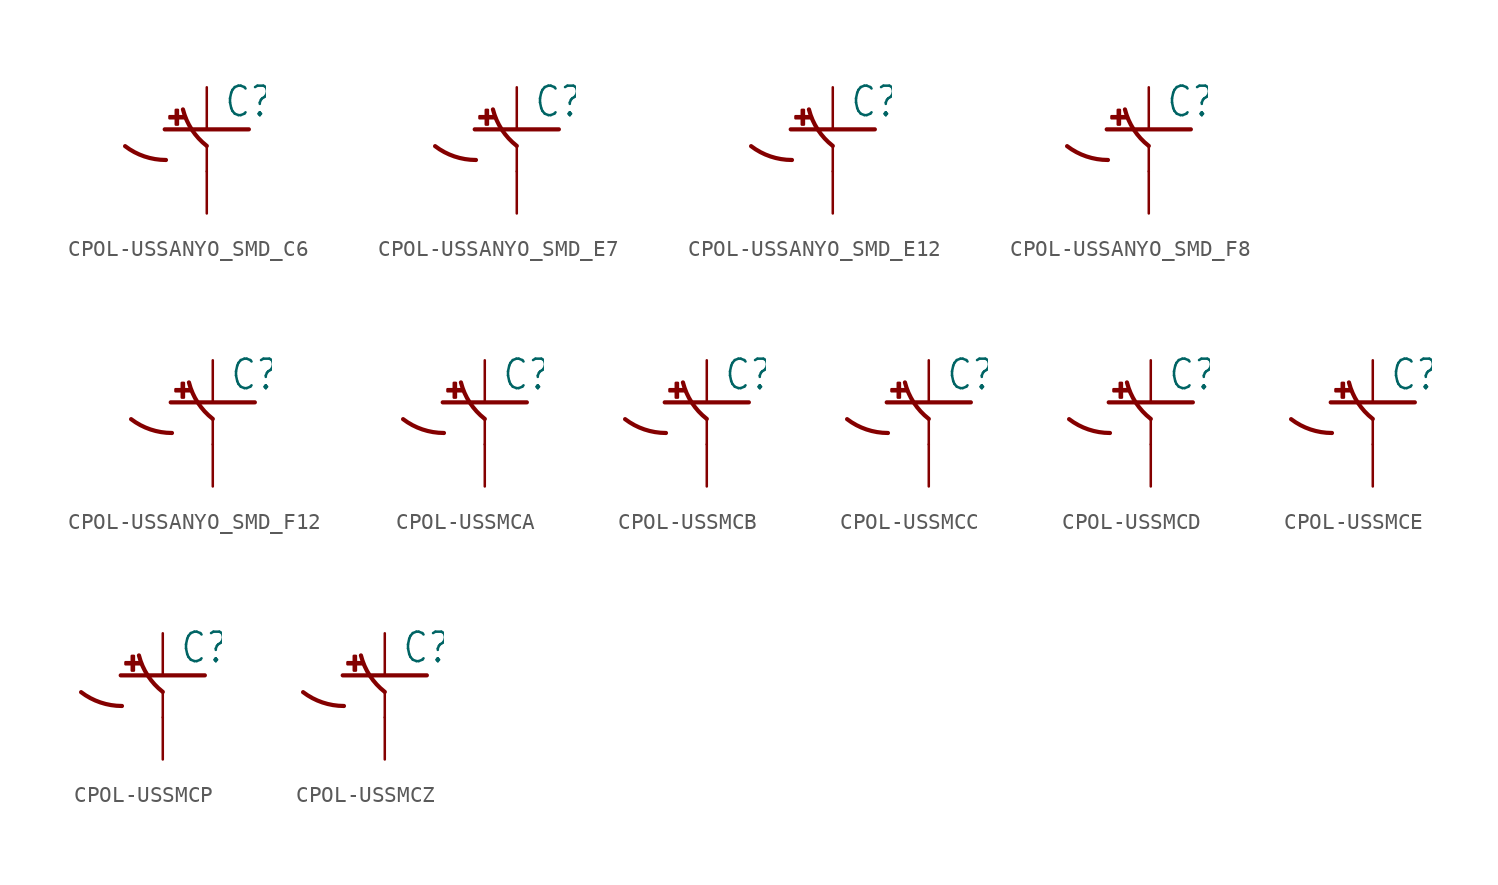
<source format=kicad_sym>
(kicad_symbol_lib
  (version 20241209)
  (generator "kicad_symbol_editor")
  (generator_version "9.0")
  (symbol "CPOL-USSANYO_SMD_C6"
    (property "Reference" "C"
      (at 1.016 0.635 0)
      (effects (font (size 1.778 1.511)) (justify left bottom)))
    (property "Value" ""
      (at 1.016 -4.191 0)
      (effects (font (size 1.778 1.511)) (justify left bottom)))
    (property "ki_locked" ""
      (at 0 0 0)
      (effects (font (size 1.27 1.27))))
    (symbol "CPOL-USSANYO_SMD_C6_1_0"
      (polyline (pts (xy -2.54 0) (xy 2.54 0)) (stroke (width 0.254) (type solid)) (fill (type none)))
      (arc (start -2.4669 -1.8504) (mid -3.7689 -1.6361) (end -4.9337 -1.0159) (stroke (width 0.254) (type solid)) (fill (type none)))
      (rectangle (start -2.253 0.668) (end -1.364 0.795) (stroke (width 0) (type default)) (fill (type outline)))
      (rectangle (start -1.872 0.287) (end -1.745 1.176) (stroke (width 0) (type default)) (fill (type outline)))
      (polyline (pts (xy 0 -1.016) (xy 0 -2.54)) (stroke (width 0.152) (type solid)) (fill (type none)))
      (arc (start 0 -1) (mid -0.9038 -0.0189) (end -1.4403 1.2025) (stroke (width 0.254) (type solid)) (fill (type none)))
      (pin passive line (at 0 2.54 270) (length 2.54) (name "+" (effects (font (size 0 0)))) (number "+" (effects (font (size 0 0)))))
      (pin passive line (at 0 -5.08 90) (length 2.54) (name "-" (effects (font (size 0 0)))) (number "-" (effects (font (size 0 0)))))))
  (symbol "CPOL-USSANYO_SMD_E7"
    (property "Reference" "C"
      (at 1.016 0.635 0)
      (effects (font (size 1.778 1.511)) (justify left bottom)))
    (property "Value" ""
      (at 1.016 -4.191 0)
      (effects (font (size 1.778 1.511)) (justify left bottom)))
    (property "ki_locked" ""
      (at 0 0 0)
      (effects (font (size 1.27 1.27))))
    (symbol "CPOL-USSANYO_SMD_E7_1_0"
      (polyline (pts (xy -2.54 0) (xy 2.54 0)) (stroke (width 0.254) (type solid)) (fill (type none)))
      (arc (start -2.4669 -1.8504) (mid -3.7689 -1.6361) (end -4.9337 -1.0159) (stroke (width 0.254) (type solid)) (fill (type none)))
      (rectangle (start -2.253 0.668) (end -1.364 0.795) (stroke (width 0) (type default)) (fill (type outline)))
      (rectangle (start -1.872 0.287) (end -1.745 1.176) (stroke (width 0) (type default)) (fill (type outline)))
      (polyline (pts (xy 0 -1.016) (xy 0 -2.54)) (stroke (width 0.152) (type solid)) (fill (type none)))
      (arc (start 0 -1) (mid -0.9038 -0.0189) (end -1.4403 1.2025) (stroke (width 0.254) (type solid)) (fill (type none)))
      (pin passive line (at 0 2.54 270) (length 2.54) (name "+" (effects (font (size 0 0)))) (number "+" (effects (font (size 0 0)))))
      (pin passive line (at 0 -5.08 90) (length 2.54) (name "-" (effects (font (size 0 0)))) (number "-" (effects (font (size 0 0)))))))
  (symbol "CPOL-USSANYO_SMD_E12"
    (property "Reference" "C"
      (at 1.016 0.635 0)
      (effects (font (size 1.778 1.511)) (justify left bottom)))
    (property "Value" ""
      (at 1.016 -4.191 0)
      (effects (font (size 1.778 1.511)) (justify left bottom)))
    (property "ki_locked" ""
      (at 0 0 0)
      (effects (font (size 1.27 1.27))))
    (symbol "CPOL-USSANYO_SMD_E12_1_0"
      (polyline (pts (xy -2.54 0) (xy 2.54 0)) (stroke (width 0.254) (type solid)) (fill (type none)))
      (arc (start -2.4669 -1.8504) (mid -3.7689 -1.6361) (end -4.9337 -1.0159) (stroke (width 0.254) (type solid)) (fill (type none)))
      (rectangle (start -2.253 0.668) (end -1.364 0.795) (stroke (width 0) (type default)) (fill (type outline)))
      (rectangle (start -1.872 0.287) (end -1.745 1.176) (stroke (width 0) (type default)) (fill (type outline)))
      (polyline (pts (xy 0 -1.016) (xy 0 -2.54)) (stroke (width 0.152) (type solid)) (fill (type none)))
      (arc (start 0 -1) (mid -0.9038 -0.0189) (end -1.4403 1.2025) (stroke (width 0.254) (type solid)) (fill (type none)))
      (pin passive line (at 0 2.54 270) (length 2.54) (name "+" (effects (font (size 0 0)))) (number "+" (effects (font (size 0 0)))))
      (pin passive line (at 0 -5.08 90) (length 2.54) (name "-" (effects (font (size 0 0)))) (number "-" (effects (font (size 0 0)))))))
  (symbol "CPOL-USSANYO_SMD_F8"
    (property "Reference" "C"
      (at 1.016 0.635 0)
      (effects (font (size 1.778 1.511)) (justify left bottom)))
    (property "Value" ""
      (at 1.016 -4.191 0)
      (effects (font (size 1.778 1.511)) (justify left bottom)))
    (property "ki_locked" ""
      (at 0 0 0)
      (effects (font (size 1.27 1.27))))
    (symbol "CPOL-USSANYO_SMD_F8_1_0"
      (polyline (pts (xy -2.54 0) (xy 2.54 0)) (stroke (width 0.254) (type solid)) (fill (type none)))
      (arc (start -2.4669 -1.8504) (mid -3.7689 -1.6361) (end -4.9337 -1.0159) (stroke (width 0.254) (type solid)) (fill (type none)))
      (rectangle (start -2.253 0.668) (end -1.364 0.795) (stroke (width 0) (type default)) (fill (type outline)))
      (rectangle (start -1.872 0.287) (end -1.745 1.176) (stroke (width 0) (type default)) (fill (type outline)))
      (polyline (pts (xy 0 -1.016) (xy 0 -2.54)) (stroke (width 0.152) (type solid)) (fill (type none)))
      (arc (start 0 -1) (mid -0.9038 -0.0189) (end -1.4403 1.2025) (stroke (width 0.254) (type solid)) (fill (type none)))
      (pin passive line (at 0 2.54 270) (length 2.54) (name "+" (effects (font (size 0 0)))) (number "+" (effects (font (size 0 0)))))
      (pin passive line (at 0 -5.08 90) (length 2.54) (name "-" (effects (font (size 0 0)))) (number "-" (effects (font (size 0 0)))))))
  (symbol "CPOL-USSANYO_SMD_F12"
    (property "Reference" "C"
      (at 1.016 0.635 0)
      (effects (font (size 1.778 1.511)) (justify left bottom)))
    (property "Value" ""
      (at 1.016 -4.191 0)
      (effects (font (size 1.778 1.511)) (justify left bottom)))
    (property "ki_locked" ""
      (at 0 0 0)
      (effects (font (size 1.27 1.27))))
    (symbol "CPOL-USSANYO_SMD_F12_1_0"
      (polyline (pts (xy -2.54 0) (xy 2.54 0)) (stroke (width 0.254) (type solid)) (fill (type none)))
      (arc (start -2.4669 -1.8504) (mid -3.7689 -1.6361) (end -4.9337 -1.0159) (stroke (width 0.254) (type solid)) (fill (type none)))
      (rectangle (start -2.253 0.668) (end -1.364 0.795) (stroke (width 0) (type default)) (fill (type outline)))
      (rectangle (start -1.872 0.287) (end -1.745 1.176) (stroke (width 0) (type default)) (fill (type outline)))
      (polyline (pts (xy 0 -1.016) (xy 0 -2.54)) (stroke (width 0.152) (type solid)) (fill (type none)))
      (arc (start 0 -1) (mid -0.9038 -0.0189) (end -1.4403 1.2025) (stroke (width 0.254) (type solid)) (fill (type none)))
      (pin passive line (at 0 2.54 270) (length 2.54) (name "+" (effects (font (size 0 0)))) (number "+" (effects (font (size 0 0)))))
      (pin passive line (at 0 -5.08 90) (length 2.54) (name "-" (effects (font (size 0 0)))) (number "-" (effects (font (size 0 0)))))))
  (symbol "CPOL-USSMCA"
    (property "Reference" "C"
      (at 1.016 0.635 0)
      (effects (font (size 1.778 1.511)) (justify left bottom)))
    (property "Value" ""
      (at 1.016 -4.191 0)
      (effects (font (size 1.778 1.511)) (justify left bottom)))
    (property "ki_locked" ""
      (at 0 0 0)
      (effects (font (size 1.27 1.27))))
    (symbol "CPOL-USSMCA_1_0"
      (polyline (pts (xy -2.54 0) (xy 2.54 0)) (stroke (width 0.254) (type solid)) (fill (type none)))
      (arc (start -2.4669 -1.8504) (mid -3.7689 -1.6361) (end -4.9337 -1.0159) (stroke (width 0.254) (type solid)) (fill (type none)))
      (rectangle (start -2.253 0.668) (end -1.364 0.795) (stroke (width 0) (type default)) (fill (type outline)))
      (rectangle (start -1.872 0.287) (end -1.745 1.176) (stroke (width 0) (type default)) (fill (type outline)))
      (polyline (pts (xy 0 -1.016) (xy 0 -2.54)) (stroke (width 0.152) (type solid)) (fill (type none)))
      (arc (start 0 -1) (mid -0.9038 -0.0189) (end -1.4403 1.2025) (stroke (width 0.254) (type solid)) (fill (type none)))
      (pin passive line (at 0 2.54 270) (length 2.54) (name "+" (effects (font (size 0 0)))) (number "+" (effects (font (size 0 0)))))
      (pin passive line (at 0 -5.08 90) (length 2.54) (name "-" (effects (font (size 0 0)))) (number "-" (effects (font (size 0 0)))))))
  (symbol "CPOL-USSMCB"
    (property "Reference" "C"
      (at 1.016 0.635 0)
      (effects (font (size 1.778 1.511)) (justify left bottom)))
    (property "Value" ""
      (at 1.016 -4.191 0)
      (effects (font (size 1.778 1.511)) (justify left bottom)))
    (property "ki_locked" ""
      (at 0 0 0)
      (effects (font (size 1.27 1.27))))
    (symbol "CPOL-USSMCB_1_0"
      (polyline (pts (xy -2.54 0) (xy 2.54 0)) (stroke (width 0.254) (type solid)) (fill (type none)))
      (arc (start -2.4669 -1.8504) (mid -3.7689 -1.6361) (end -4.9337 -1.0159) (stroke (width 0.254) (type solid)) (fill (type none)))
      (rectangle (start -2.253 0.668) (end -1.364 0.795) (stroke (width 0) (type default)) (fill (type outline)))
      (rectangle (start -1.872 0.287) (end -1.745 1.176) (stroke (width 0) (type default)) (fill (type outline)))
      (polyline (pts (xy 0 -1.016) (xy 0 -2.54)) (stroke (width 0.152) (type solid)) (fill (type none)))
      (arc (start 0 -1) (mid -0.9038 -0.0189) (end -1.4403 1.2025) (stroke (width 0.254) (type solid)) (fill (type none)))
      (pin passive line (at 0 2.54 270) (length 2.54) (name "+" (effects (font (size 0 0)))) (number "+" (effects (font (size 0 0)))))
      (pin passive line (at 0 -5.08 90) (length 2.54) (name "-" (effects (font (size 0 0)))) (number "-" (effects (font (size 0 0)))))))
  (symbol "CPOL-USSMCC"
    (property "Reference" "C"
      (at 1.016 0.635 0)
      (effects (font (size 1.778 1.511)) (justify left bottom)))
    (property "Value" ""
      (at 1.016 -4.191 0)
      (effects (font (size 1.778 1.511)) (justify left bottom)))
    (property "ki_locked" ""
      (at 0 0 0)
      (effects (font (size 1.27 1.27))))
    (symbol "CPOL-USSMCC_1_0"
      (polyline (pts (xy -2.54 0) (xy 2.54 0)) (stroke (width 0.254) (type solid)) (fill (type none)))
      (arc (start -2.4669 -1.8504) (mid -3.7689 -1.6361) (end -4.9337 -1.0159) (stroke (width 0.254) (type solid)) (fill (type none)))
      (rectangle (start -2.253 0.668) (end -1.364 0.795) (stroke (width 0) (type default)) (fill (type outline)))
      (rectangle (start -1.872 0.287) (end -1.745 1.176) (stroke (width 0) (type default)) (fill (type outline)))
      (polyline (pts (xy 0 -1.016) (xy 0 -2.54)) (stroke (width 0.152) (type solid)) (fill (type none)))
      (arc (start 0 -1) (mid -0.9038 -0.0189) (end -1.4403 1.2025) (stroke (width 0.254) (type solid)) (fill (type none)))
      (pin passive line (at 0 2.54 270) (length 2.54) (name "+" (effects (font (size 0 0)))) (number "+" (effects (font (size 0 0)))))
      (pin passive line (at 0 -5.08 90) (length 2.54) (name "-" (effects (font (size 0 0)))) (number "-" (effects (font (size 0 0)))))))
  (symbol "CPOL-USSMCD"
    (property "Reference" "C"
      (at 1.016 0.635 0)
      (effects (font (size 1.778 1.511)) (justify left bottom)))
    (property "Value" ""
      (at 1.016 -4.191 0)
      (effects (font (size 1.778 1.511)) (justify left bottom)))
    (property "ki_locked" ""
      (at 0 0 0)
      (effects (font (size 1.27 1.27))))
    (symbol "CPOL-USSMCD_1_0"
      (polyline (pts (xy -2.54 0) (xy 2.54 0)) (stroke (width 0.254) (type solid)) (fill (type none)))
      (arc (start -2.4669 -1.8504) (mid -3.7689 -1.6361) (end -4.9337 -1.0159) (stroke (width 0.254) (type solid)) (fill (type none)))
      (rectangle (start -2.253 0.668) (end -1.364 0.795) (stroke (width 0) (type default)) (fill (type outline)))
      (rectangle (start -1.872 0.287) (end -1.745 1.176) (stroke (width 0) (type default)) (fill (type outline)))
      (polyline (pts (xy 0 -1.016) (xy 0 -2.54)) (stroke (width 0.152) (type solid)) (fill (type none)))
      (arc (start 0 -1) (mid -0.9038 -0.0189) (end -1.4403 1.2025) (stroke (width 0.254) (type solid)) (fill (type none)))
      (pin passive line (at 0 2.54 270) (length 2.54) (name "+" (effects (font (size 0 0)))) (number "+" (effects (font (size 0 0)))))
      (pin passive line (at 0 -5.08 90) (length 2.54) (name "-" (effects (font (size 0 0)))) (number "-" (effects (font (size 0 0)))))))
  (symbol "CPOL-USSMCE"
    (property "Reference" "C"
      (at 1.016 0.635 0)
      (effects (font (size 1.778 1.511)) (justify left bottom)))
    (property "Value" ""
      (at 1.016 -4.191 0)
      (effects (font (size 1.778 1.511)) (justify left bottom)))
    (property "ki_locked" ""
      (at 0 0 0)
      (effects (font (size 1.27 1.27))))
    (symbol "CPOL-USSMCE_1_0"
      (polyline (pts (xy -2.54 0) (xy 2.54 0)) (stroke (width 0.254) (type solid)) (fill (type none)))
      (arc (start -2.4669 -1.8504) (mid -3.7689 -1.6361) (end -4.9337 -1.0159) (stroke (width 0.254) (type solid)) (fill (type none)))
      (rectangle (start -2.253 0.668) (end -1.364 0.795) (stroke (width 0) (type default)) (fill (type outline)))
      (rectangle (start -1.872 0.287) (end -1.745 1.176) (stroke (width 0) (type default)) (fill (type outline)))
      (polyline (pts (xy 0 -1.016) (xy 0 -2.54)) (stroke (width 0.152) (type solid)) (fill (type none)))
      (arc (start 0 -1) (mid -0.9038 -0.0189) (end -1.4403 1.2025) (stroke (width 0.254) (type solid)) (fill (type none)))
      (pin passive line (at 0 2.54 270) (length 2.54) (name "+" (effects (font (size 0 0)))) (number "+" (effects (font (size 0 0)))))
      (pin passive line (at 0 -5.08 90) (length 2.54) (name "-" (effects (font (size 0 0)))) (number "-" (effects (font (size 0 0)))))))
  (symbol "CPOL-USSMCP"
    (property "Reference" "C"
      (at 1.016 0.635 0)
      (effects (font (size 1.778 1.511)) (justify left bottom)))
    (property "Value" ""
      (at 1.016 -4.191 0)
      (effects (font (size 1.778 1.511)) (justify left bottom)))
    (property "ki_locked" ""
      (at 0 0 0)
      (effects (font (size 1.27 1.27))))
    (symbol "CPOL-USSMCP_1_0"
      (polyline (pts (xy -2.54 0) (xy 2.54 0)) (stroke (width 0.254) (type solid)) (fill (type none)))
      (arc (start -2.4669 -1.8504) (mid -3.7689 -1.6361) (end -4.9337 -1.0159) (stroke (width 0.254) (type solid)) (fill (type none)))
      (rectangle (start -2.253 0.668) (end -1.364 0.795) (stroke (width 0) (type default)) (fill (type outline)))
      (rectangle (start -1.872 0.287) (end -1.745 1.176) (stroke (width 0) (type default)) (fill (type outline)))
      (polyline (pts (xy 0 -1.016) (xy 0 -2.54)) (stroke (width 0.152) (type solid)) (fill (type none)))
      (arc (start 0 -1) (mid -0.9038 -0.0189) (end -1.4403 1.2025) (stroke (width 0.254) (type solid)) (fill (type none)))
      (pin passive line (at 0 2.54 270) (length 2.54) (name "+" (effects (font (size 0 0)))) (number "+" (effects (font (size 0 0)))))
      (pin passive line (at 0 -5.08 90) (length 2.54) (name "-" (effects (font (size 0 0)))) (number "-" (effects (font (size 0 0)))))))
  (symbol "CPOL-USSMCZ"
    (property "Reference" "C"
      (at 1.016 0.635 0)
      (effects (font (size 1.778 1.511)) (justify left bottom)))
    (property "Value" ""
      (at 1.016 -4.191 0)
      (effects (font (size 1.778 1.511)) (justify left bottom)))
    (property "ki_locked" ""
      (at 0 0 0)
      (effects (font (size 1.27 1.27))))
    (symbol "CPOL-USSMCZ_1_0"
      (polyline (pts (xy -2.54 0) (xy 2.54 0)) (stroke (width 0.254) (type solid)) (fill (type none)))
      (arc (start -2.4669 -1.8504) (mid -3.7689 -1.6361) (end -4.9337 -1.0159) (stroke (width 0.254) (type solid)) (fill (type none)))
      (rectangle (start -2.253 0.668) (end -1.364 0.795) (stroke (width 0) (type default)) (fill (type outline)))
      (rectangle (start -1.872 0.287) (end -1.745 1.176) (stroke (width 0) (type default)) (fill (type outline)))
      (polyline (pts (xy 0 -1.016) (xy 0 -2.54)) (stroke (width 0.152) (type solid)) (fill (type none)))
      (arc (start 0 -1) (mid -0.9038 -0.0189) (end -1.4403 1.2025) (stroke (width 0.254) (type solid)) (fill (type none)))
      (pin passive line (at 0 2.54 270) (length 2.54) (name "+" (effects (font (size 0 0)))) (number "+" (effects (font (size 0 0)))))
      (pin passive line (at 0 -5.08 90) (length 2.54) (name "-" (effects (font (size 0 0)))) (number "-" (effects (font (size 0 0))))))))
</source>
